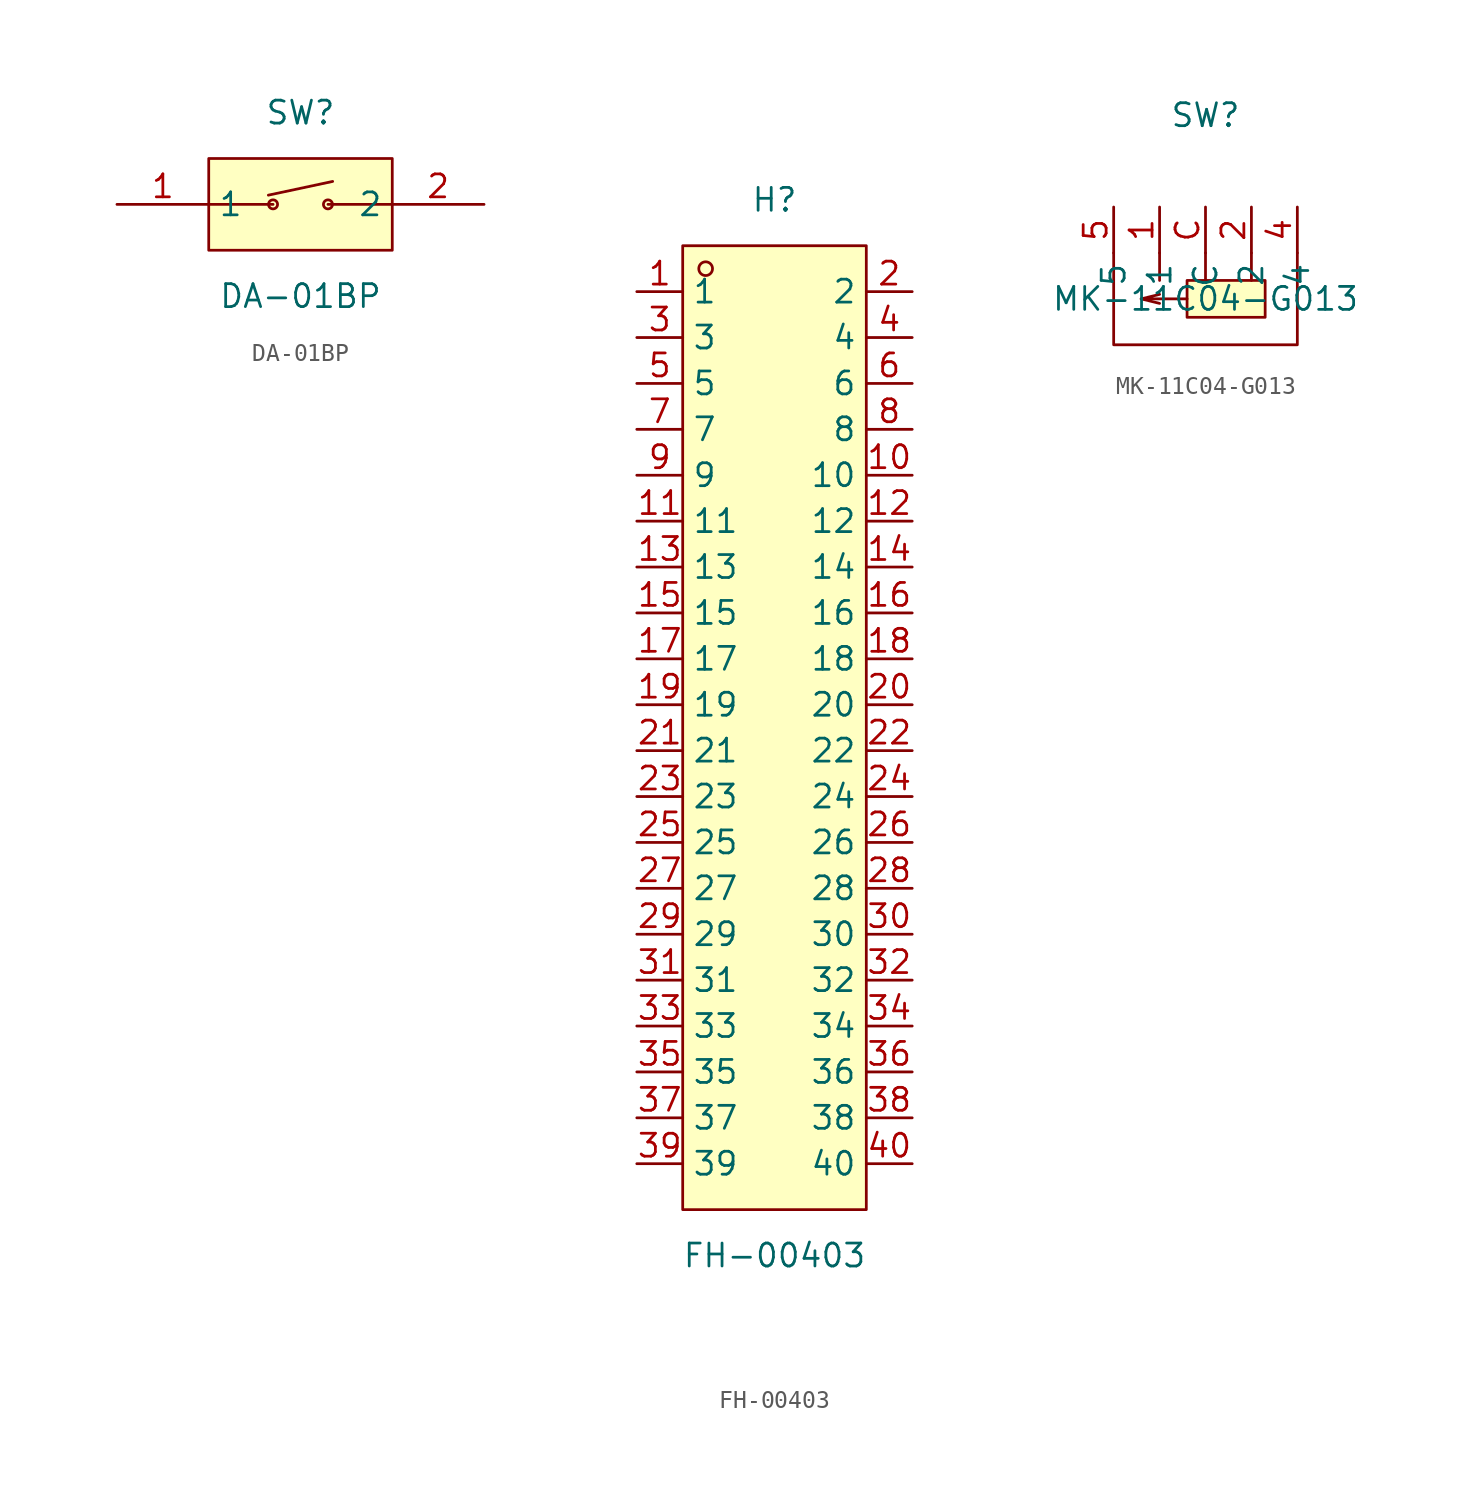
<source format=kicad_sym>
(kicad_symbol_lib
  (version 20211014)
  (generator https://github.com/uPesy/easyeda2kicad.py)
  (symbol "DA-01BP"
    (property "Reference" "SW"
      (at 0 5.08 0)
      (effects (font (size 1.27 1.27))))
    (property "Value" "DA-01BP"
      (at 0 -5.08 0)
      (effects (font (size 1.27 1.27))))
    (symbol "DA-01BP_0_1"
      (rectangle (start -5.08 2.54) (end 5.08 -2.54) (stroke (width 0) (type default) (color 0 0 0 0)) (fill (type background)))
      (circle (center -1.52 -0.00) (radius 0.25) (stroke (width 0) (type default) (color 0 0 0 0)) (fill (type none)))
      (circle (center 1.52 -0.00) (radius 0.25) (stroke (width 0) (type default) (color 0 0 0 0)) (fill (type none)))
      (polyline (pts (xy -5.08 -0.00) (xy -1.52 -0.00)) (stroke (width 0) (type default) (color 0 0 0 0)) (fill (type none)))
      (polyline (pts (xy 1.52 -0.00) (xy 5.08 -0.00)) (stroke (width 0) (type default) (color 0 0 0 0)) (fill (type none)))
      (polyline (pts (xy -1.78 0.51) (xy 1.78 1.27)) (stroke (width 0) (type default) (color 0 0 0 0)) (fill (type none)))
      (pin unspecified line (at -10.16 -0.00 0) (length 5.08) (name "1" (effects (font (size 1.27 1.27)))) (number "1" (effects (font (size 1.27 1.27)))))
      (pin unspecified line (at 10.16 -0.00 180) (length 5.08) (name "2" (effects (font (size 1.27 1.27)))) (number "2" (effects (font (size 1.27 1.27)))))))
  (symbol "FH-00403"
    (property "Reference" "H"
      (at 0 27.94 0)
      (effects (font (size 1.27 1.27))))
    (property "Value" "FH-00403"
      (at 0 -30.48 0)
      (effects (font (size 1.27 1.27))))
    (symbol "FH-00403_0_1"
      (rectangle (start -5.08 25.40) (end 5.08 -27.94) (stroke (width 0) (type default) (color 0 0 0 0)) (fill (type background)))
      (circle (center -3.81 24.13) (radius 0.38) (stroke (width 0) (type default) (color 0 0 0 0)) (fill (type none)))
      (pin unspecified line (at -7.62 22.86 0) (length 2.54) (name "1" (effects (font (size 1.27 1.27)))) (number "1" (effects (font (size 1.27 1.27)))))
      (pin unspecified line (at 7.62 -25.40 180) (length 2.54) (name "40" (effects (font (size 1.27 1.27)))) (number "40" (effects (font (size 1.27 1.27)))))
      (pin unspecified line (at -7.62 20.32 0) (length 2.54) (name "3" (effects (font (size 1.27 1.27)))) (number "3" (effects (font (size 1.27 1.27)))))
      (pin unspecified line (at 7.62 -22.86 180) (length 2.54) (name "38" (effects (font (size 1.27 1.27)))) (number "38" (effects (font (size 1.27 1.27)))))
      (pin unspecified line (at -7.62 17.78 0) (length 2.54) (name "5" (effects (font (size 1.27 1.27)))) (number "5" (effects (font (size 1.27 1.27)))))
      (pin unspecified line (at 7.62 -20.32 180) (length 2.54) (name "36" (effects (font (size 1.27 1.27)))) (number "36" (effects (font (size 1.27 1.27)))))
      (pin unspecified line (at -7.62 15.24 0) (length 2.54) (name "7" (effects (font (size 1.27 1.27)))) (number "7" (effects (font (size 1.27 1.27)))))
      (pin unspecified line (at 7.62 -17.78 180) (length 2.54) (name "34" (effects (font (size 1.27 1.27)))) (number "34" (effects (font (size 1.27 1.27)))))
      (pin unspecified line (at -7.62 12.70 0) (length 2.54) (name "9" (effects (font (size 1.27 1.27)))) (number "9" (effects (font (size 1.27 1.27)))))
      (pin unspecified line (at 7.62 -15.24 180) (length 2.54) (name "32" (effects (font (size 1.27 1.27)))) (number "32" (effects (font (size 1.27 1.27)))))
      (pin unspecified line (at -7.62 10.16 0) (length 2.54) (name "11" (effects (font (size 1.27 1.27)))) (number "11" (effects (font (size 1.27 1.27)))))
      (pin unspecified line (at 7.62 -12.70 180) (length 2.54) (name "30" (effects (font (size 1.27 1.27)))) (number "30" (effects (font (size 1.27 1.27)))))
      (pin unspecified line (at -7.62 7.62 0) (length 2.54) (name "13" (effects (font (size 1.27 1.27)))) (number "13" (effects (font (size 1.27 1.27)))))
      (pin unspecified line (at 7.62 -10.16 180) (length 2.54) (name "28" (effects (font (size 1.27 1.27)))) (number "28" (effects (font (size 1.27 1.27)))))
      (pin unspecified line (at -7.62 5.08 0) (length 2.54) (name "15" (effects (font (size 1.27 1.27)))) (number "15" (effects (font (size 1.27 1.27)))))
      (pin unspecified line (at 7.62 -7.62 180) (length 2.54) (name "26" (effects (font (size 1.27 1.27)))) (number "26" (effects (font (size 1.27 1.27)))))
      (pin unspecified line (at -7.62 2.54 0) (length 2.54) (name "17" (effects (font (size 1.27 1.27)))) (number "17" (effects (font (size 1.27 1.27)))))
      (pin unspecified line (at 7.62 -5.08 180) (length 2.54) (name "24" (effects (font (size 1.27 1.27)))) (number "24" (effects (font (size 1.27 1.27)))))
      (pin unspecified line (at -7.62 -0.00 0) (length 2.54) (name "19" (effects (font (size 1.27 1.27)))) (number "19" (effects (font (size 1.27 1.27)))))
      (pin unspecified line (at 7.62 -2.54 180) (length 2.54) (name "22" (effects (font (size 1.27 1.27)))) (number "22" (effects (font (size 1.27 1.27)))))
      (pin unspecified line (at -7.62 -2.54 0) (length 2.54) (name "21" (effects (font (size 1.27 1.27)))) (number "21" (effects (font (size 1.27 1.27)))))
      (pin unspecified line (at 7.62 -0.00 180) (length 2.54) (name "20" (effects (font (size 1.27 1.27)))) (number "20" (effects (font (size 1.27 1.27)))))
      (pin unspecified line (at -7.62 -5.08 0) (length 2.54) (name "23" (effects (font (size 1.27 1.27)))) (number "23" (effects (font (size 1.27 1.27)))))
      (pin unspecified line (at 7.62 2.54 180) (length 2.54) (name "18" (effects (font (size 1.27 1.27)))) (number "18" (effects (font (size 1.27 1.27)))))
      (pin unspecified line (at -7.62 -7.62 0) (length 2.54) (name "25" (effects (font (size 1.27 1.27)))) (number "25" (effects (font (size 1.27 1.27)))))
      (pin unspecified line (at 7.62 5.08 180) (length 2.54) (name "16" (effects (font (size 1.27 1.27)))) (number "16" (effects (font (size 1.27 1.27)))))
      (pin unspecified line (at -7.62 -10.16 0) (length 2.54) (name "27" (effects (font (size 1.27 1.27)))) (number "27" (effects (font (size 1.27 1.27)))))
      (pin unspecified line (at 7.62 7.62 180) (length 2.54) (name "14" (effects (font (size 1.27 1.27)))) (number "14" (effects (font (size 1.27 1.27)))))
      (pin unspecified line (at -7.62 -12.70 0) (length 2.54) (name "29" (effects (font (size 1.27 1.27)))) (number "29" (effects (font (size 1.27 1.27)))))
      (pin unspecified line (at 7.62 10.16 180) (length 2.54) (name "12" (effects (font (size 1.27 1.27)))) (number "12" (effects (font (size 1.27 1.27)))))
      (pin unspecified line (at -7.62 -15.24 0) (length 2.54) (name "31" (effects (font (size 1.27 1.27)))) (number "31" (effects (font (size 1.27 1.27)))))
      (pin unspecified line (at 7.62 12.70 180) (length 2.54) (name "10" (effects (font (size 1.27 1.27)))) (number "10" (effects (font (size 1.27 1.27)))))
      (pin unspecified line (at -7.62 -17.78 0) (length 2.54) (name "33" (effects (font (size 1.27 1.27)))) (number "33" (effects (font (size 1.27 1.27)))))
      (pin unspecified line (at 7.62 15.24 180) (length 2.54) (name "8" (effects (font (size 1.27 1.27)))) (number "8" (effects (font (size 1.27 1.27)))))
      (pin unspecified line (at -7.62 -20.32 0) (length 2.54) (name "35" (effects (font (size 1.27 1.27)))) (number "35" (effects (font (size 1.27 1.27)))))
      (pin unspecified line (at 7.62 17.78 180) (length 2.54) (name "6" (effects (font (size 1.27 1.27)))) (number "6" (effects (font (size 1.27 1.27)))))
      (pin unspecified line (at -7.62 -22.86 0) (length 2.54) (name "37" (effects (font (size 1.27 1.27)))) (number "37" (effects (font (size 1.27 1.27)))))
      (pin unspecified line (at 7.62 20.32 180) (length 2.54) (name "4" (effects (font (size 1.27 1.27)))) (number "4" (effects (font (size 1.27 1.27)))))
      (pin unspecified line (at -7.62 -25.40 0) (length 2.54) (name "39" (effects (font (size 1.27 1.27)))) (number "39" (effects (font (size 1.27 1.27)))))
      (pin unspecified line (at 7.62 22.86 180) (length 2.54) (name "2" (effects (font (size 1.27 1.27)))) (number "2" (effects (font (size 1.27 1.27)))))))
  (symbol "MK-11C04-G013"
    (property "Reference" "SW"
      (at 0 10.16 0)
      (effects (font (size 1.27 1.27))))
    (property "Value" "MK-11C04-G013"
      (at 0 0.00 0)
      (effects (font (size 1.27 1.27))))
    (symbol "MK-11C04-G013_0_1"
      (rectangle (start -1.02 1.02) (end 3.30 -1.02) (stroke (width 0) (type default) (color 0 0 0 0)) (fill (type background)))
      (polyline (pts (xy -1.02 -0.00) (xy -3.56 -0.00) (xy -2.54 0.25)) (stroke (width 0) (type default) (color 0 0 0 0)) (fill (type none)))
      (polyline (pts (xy -3.56 -0.00) (xy -2.54 -0.25)) (stroke (width 0) (type default) (color 0 0 0 0)) (fill (type none)))
      (polyline (pts (xy 2.54 1.02) (xy 2.54 2.54)) (stroke (width 0) (type default) (color 0 0 0 0)) (fill (type none)))
      (polyline (pts (xy 0.00 1.02) (xy 0.00 2.54)) (stroke (width 0) (type default) (color 0 0 0 0)) (fill (type none)))
      (polyline (pts (xy -2.54 2.54) (xy -2.54 1.27) (xy -2.54 1.02)) (stroke (width 0) (type default) (color 0 0 0 0)) (fill (type none)))
      (polyline (pts (xy -5.08 2.54) (xy -5.08 -2.54) (xy 5.08 -2.54) (xy 5.08 2.54)) (stroke (width 0) (type default) (color 0 0 0 0)) (fill (type none)))
      (pin unspecified line (at -2.54 5.08 270) (length 2.54) (name "1" (effects (font (size 1.27 1.27)))) (number "1" (effects (font (size 1.27 1.27)))))
      (pin unspecified line (at 2.54 5.08 270) (length 2.54) (name "2" (effects (font (size 1.27 1.27)))) (number "2" (effects (font (size 1.27 1.27)))))
      (pin unspecified line (at 0.00 5.08 270) (length 2.54) (name "C" (effects (font (size 1.27 1.27)))) (number "C" (effects (font (size 1.27 1.27)))))
      (pin unspecified line (at 5.08 5.08 270) (length 2.54) (name "4" (effects (font (size 1.27 1.27)))) (number "4" (effects (font (size 1.27 1.27)))))
      (pin unspecified line (at -5.08 5.08 270) (length 2.54) (name "5" (effects (font (size 1.27 1.27)))) (number "5" (effects (font (size 1.27 1.27))))))))
</source>
